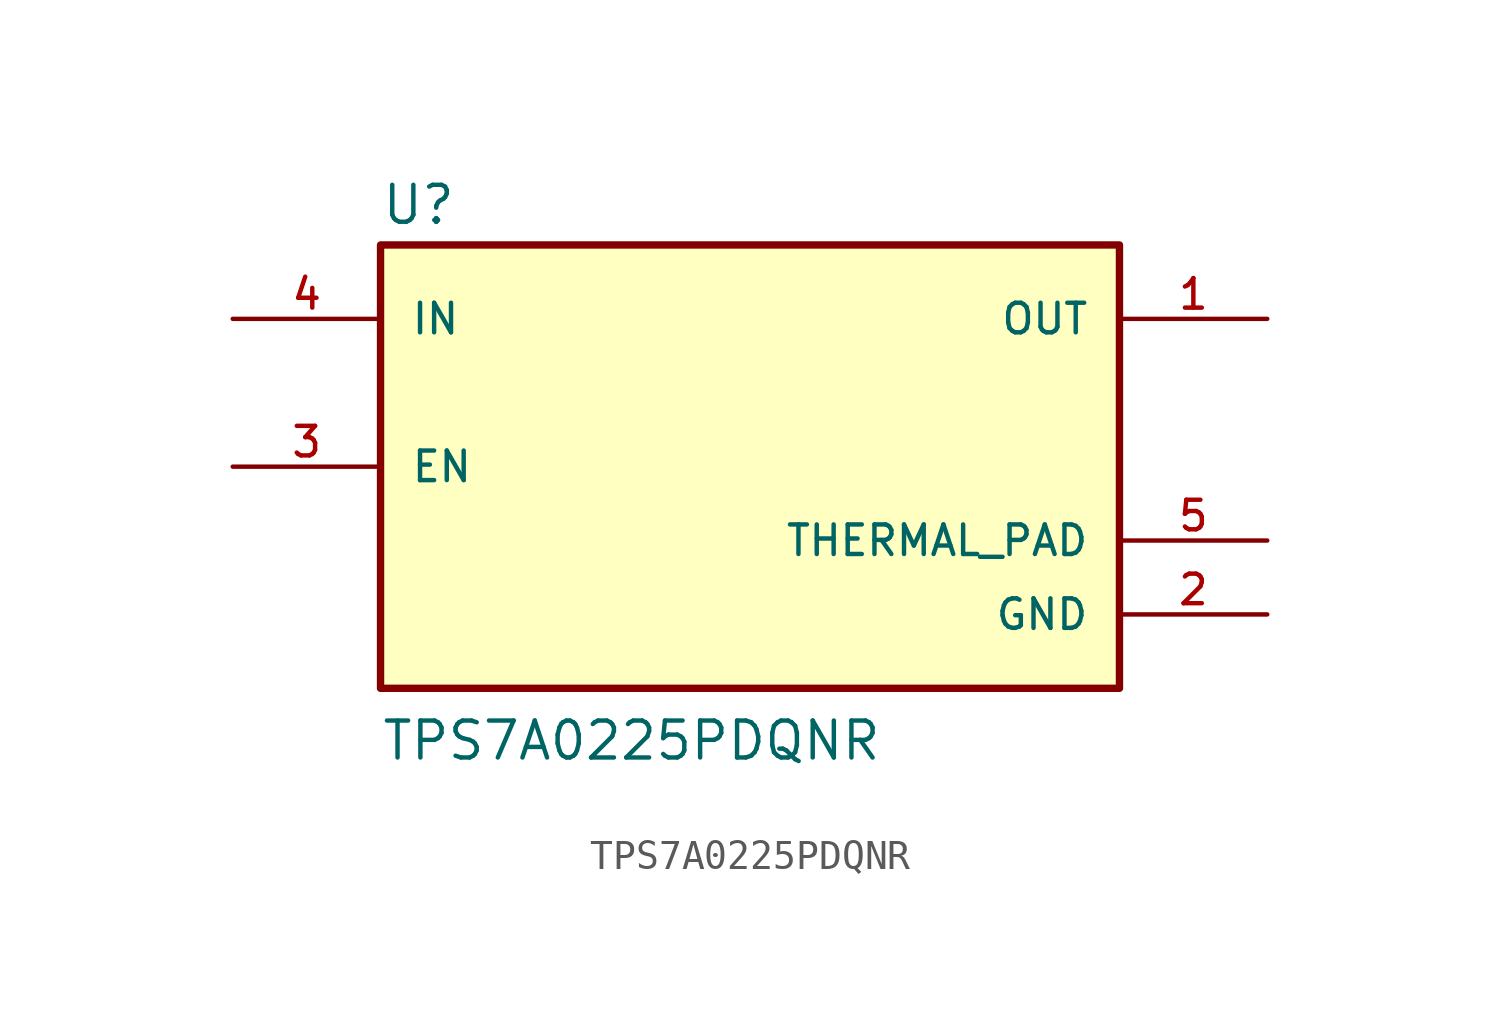
<source format=kicad_sym>
(kicad_symbol_lib
  (version 20211014)
  (generator kicad_symbol_editor)
  (symbol "TPS7A0225PDQNR"
    (pin_names
      (offset 1.016))
    (property "Reference" "U"
      (at -12.7 8.255 0)
      (effects (font (size 1.27 1.27)) (justify bottom left)))
    (property "Value" "TPS7A0225PDQNR"
      (at -12.7 -10.16 0)
      (effects (font (size 1.27 1.27)) (justify bottom left)))
    (symbol "TPS7A0225PDQNR_0_0"
      (rectangle (start -12.7 -7.62) (end 12.7 7.62) (stroke (width 0.254)) (fill (type background)))
      (pin input line (at -17.78 5.08 0) (length 5.08) (name "IN" (effects (font (size 1.016 1.016)))) (number "4" (effects (font (size 1.016 1.016)))))
      (pin input line (at -17.78 0.0 0) (length 5.08) (name "EN" (effects (font (size 1.016 1.016)))) (number "3" (effects (font (size 1.016 1.016)))))
      (pin output line (at 17.78 5.08 180.0) (length 5.08) (name "OUT" (effects (font (size 1.016 1.016)))) (number "1" (effects (font (size 1.016 1.016)))))
      (pin power_in line (at 17.78 -5.08 180.0) (length 5.08) (name "GND" (effects (font (size 1.016 1.016)))) (number "2" (effects (font (size 1.016 1.016)))))
      (pin power_in line (at 17.78 -2.54 180.0) (length 5.08) (name "THERMAL_PAD" (effects (font (size 1.016 1.016)))) (number "5" (effects (font (size 1.016 1.016))))))))
</source>
